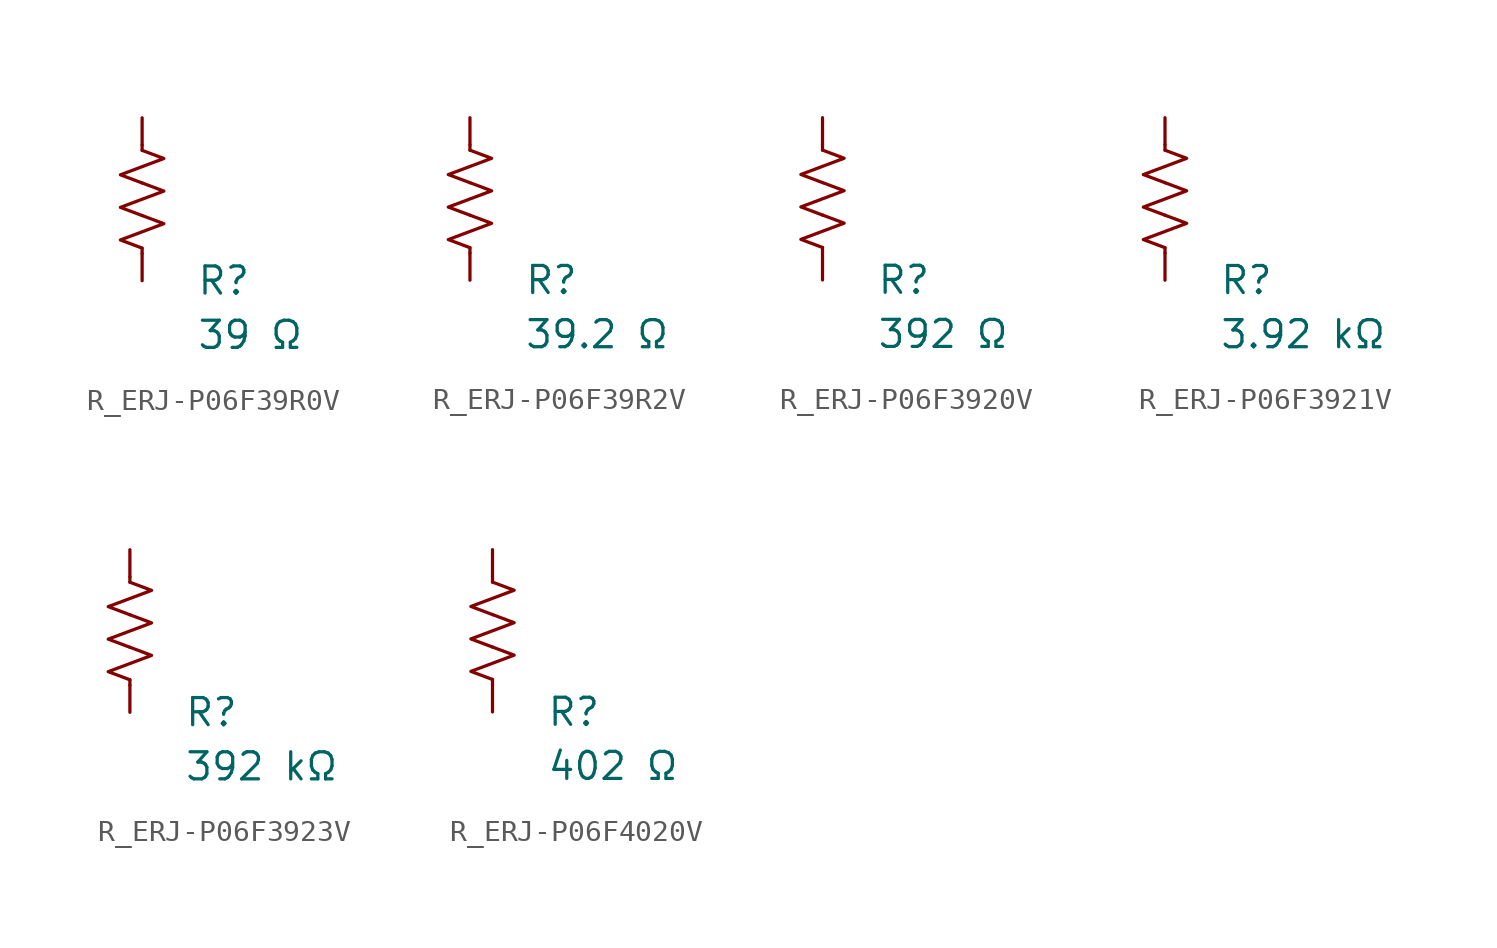
<source format=kicad_sym>
(kicad_symbol_lib
  (version 20231120)
  (generator "kicad_symbol_editor")
  (generator_version "8.0")
  (symbol "R_ERJ-P06F39R0V"
    (pin_numbers hide)
    (pin_names
      (offset 0))
    (property "Reference" "R"
      (at 2.54 -3.81 0)
      (effects (font (size 1.27 1.27)) (justify left))
      (show_name no))
    (property "Value" "39 Ω"
      (at 2.54 -6.35 0)
      (effects (font (size 1.27 1.27)) (justify left))
      (show_name no))
    (symbol "R_ERJ-P06F39R0V_0_1"
      (polyline (pts (xy 0 -2.286) (xy 0 -2.54)) (stroke (width 0) (type default)) (fill (type none)))
      (polyline (pts (xy 0 2.286) (xy 0 2.54)) (stroke (width 0) (type default)) (fill (type none)))
      (polyline (pts (xy 0 -0.762) (xy 1.016 -1.143) (xy 0 -1.524) (xy -1.016 -1.905) (xy 0 -2.286)) (stroke (width 0) (type default)) (fill (type none)))
      (polyline (pts (xy 0 0.762) (xy 1.016 0.381) (xy 0 0) (xy -1.016 -0.381) (xy 0 -0.762)) (stroke (width 0) (type default)) (fill (type none)))
      (polyline (pts (xy 0 2.286) (xy 1.016 1.905) (xy 0 1.524) (xy -1.016 1.143) (xy 0 0.762)) (stroke (width 0) (type default)) (fill (type none))))
    (symbol "R_ERJ-P06F39R0V_1_1"
      (pin passive line (at 0 3.81 270) (length 1.27) (name "~" (effects (font (size 1.27 1.27)))) (number "1" (effects (font (size 1.27 1.27)))))
      (pin passive line (at 0 -3.81 90) (length 1.27) (name "~" (effects (font (size 1.27 1.27)))) (number "2" (effects (font (size 1.27 1.27)))))))
  (symbol "R_ERJ-P06F39R2V"
    (pin_numbers hide)
    (pin_names
      (offset 0))
    (property "Reference" "R"
      (at 2.54 -3.81 0)
      (effects (font (size 1.27 1.27)) (justify left))
      (show_name no))
    (property "Value" "39.2 Ω"
      (at 2.54 -6.35 0)
      (effects (font (size 1.27 1.27)) (justify left))
      (show_name no))
    (symbol "R_ERJ-P06F39R2V_0_1"
      (polyline (pts (xy 0 -2.286) (xy 0 -2.54)) (stroke (width 0) (type default)) (fill (type none)))
      (polyline (pts (xy 0 2.286) (xy 0 2.54)) (stroke (width 0) (type default)) (fill (type none)))
      (polyline (pts (xy 0 -0.762) (xy 1.016 -1.143) (xy 0 -1.524) (xy -1.016 -1.905) (xy 0 -2.286)) (stroke (width 0) (type default)) (fill (type none)))
      (polyline (pts (xy 0 0.762) (xy 1.016 0.381) (xy 0 0) (xy -1.016 -0.381) (xy 0 -0.762)) (stroke (width 0) (type default)) (fill (type none)))
      (polyline (pts (xy 0 2.286) (xy 1.016 1.905) (xy 0 1.524) (xy -1.016 1.143) (xy 0 0.762)) (stroke (width 0) (type default)) (fill (type none))))
    (symbol "R_ERJ-P06F39R2V_1_1"
      (pin passive line (at 0 3.81 270) (length 1.27) (name "~" (effects (font (size 1.27 1.27)))) (number "1" (effects (font (size 1.27 1.27)))))
      (pin passive line (at 0 -3.81 90) (length 1.27) (name "~" (effects (font (size 1.27 1.27)))) (number "2" (effects (font (size 1.27 1.27)))))))
  (symbol "R_ERJ-P06F3920V"
    (pin_numbers hide)
    (pin_names
      (offset 0))
    (property "Reference" "R"
      (at 2.54 -3.81 0)
      (effects (font (size 1.27 1.27)) (justify left))
      (show_name no))
    (property "Value" "392 Ω"
      (at 2.54 -6.35 0)
      (effects (font (size 1.27 1.27)) (justify left))
      (show_name no))
    (symbol "R_ERJ-P06F3920V_0_1"
      (polyline (pts (xy 0 -2.286) (xy 0 -2.54)) (stroke (width 0) (type default)) (fill (type none)))
      (polyline (pts (xy 0 2.286) (xy 0 2.54)) (stroke (width 0) (type default)) (fill (type none)))
      (polyline (pts (xy 0 -0.762) (xy 1.016 -1.143) (xy 0 -1.524) (xy -1.016 -1.905) (xy 0 -2.286)) (stroke (width 0) (type default)) (fill (type none)))
      (polyline (pts (xy 0 0.762) (xy 1.016 0.381) (xy 0 0) (xy -1.016 -0.381) (xy 0 -0.762)) (stroke (width 0) (type default)) (fill (type none)))
      (polyline (pts (xy 0 2.286) (xy 1.016 1.905) (xy 0 1.524) (xy -1.016 1.143) (xy 0 0.762)) (stroke (width 0) (type default)) (fill (type none))))
    (symbol "R_ERJ-P06F3920V_1_1"
      (pin passive line (at 0 3.81 270) (length 1.27) (name "~" (effects (font (size 1.27 1.27)))) (number "1" (effects (font (size 1.27 1.27)))))
      (pin passive line (at 0 -3.81 90) (length 1.27) (name "~" (effects (font (size 1.27 1.27)))) (number "2" (effects (font (size 1.27 1.27)))))))
  (symbol "R_ERJ-P06F3921V"
    (pin_numbers hide)
    (pin_names
      (offset 0))
    (property "Reference" "R"
      (at 2.54 -3.81 0)
      (effects (font (size 1.27 1.27)) (justify left))
      (show_name no))
    (property "Value" "3.92 kΩ"
      (at 2.54 -6.35 0)
      (effects (font (size 1.27 1.27)) (justify left))
      (show_name no))
    (symbol "R_ERJ-P06F3921V_0_1"
      (polyline (pts (xy 0 -2.286) (xy 0 -2.54)) (stroke (width 0) (type default)) (fill (type none)))
      (polyline (pts (xy 0 2.286) (xy 0 2.54)) (stroke (width 0) (type default)) (fill (type none)))
      (polyline (pts (xy 0 -0.762) (xy 1.016 -1.143) (xy 0 -1.524) (xy -1.016 -1.905) (xy 0 -2.286)) (stroke (width 0) (type default)) (fill (type none)))
      (polyline (pts (xy 0 0.762) (xy 1.016 0.381) (xy 0 0) (xy -1.016 -0.381) (xy 0 -0.762)) (stroke (width 0) (type default)) (fill (type none)))
      (polyline (pts (xy 0 2.286) (xy 1.016 1.905) (xy 0 1.524) (xy -1.016 1.143) (xy 0 0.762)) (stroke (width 0) (type default)) (fill (type none))))
    (symbol "R_ERJ-P06F3921V_1_1"
      (pin passive line (at 0 3.81 270) (length 1.27) (name "~" (effects (font (size 1.27 1.27)))) (number "1" (effects (font (size 1.27 1.27)))))
      (pin passive line (at 0 -3.81 90) (length 1.27) (name "~" (effects (font (size 1.27 1.27)))) (number "2" (effects (font (size 1.27 1.27)))))))
  (symbol "R_ERJ-P06F3923V"
    (pin_numbers hide)
    (pin_names
      (offset 0))
    (property "Reference" "R"
      (at 2.54 -3.81 0)
      (effects (font (size 1.27 1.27)) (justify left))
      (show_name no))
    (property "Value" "392 kΩ"
      (at 2.54 -6.35 0)
      (effects (font (size 1.27 1.27)) (justify left))
      (show_name no))
    (symbol "R_ERJ-P06F3923V_0_1"
      (polyline (pts (xy 0 -2.286) (xy 0 -2.54)) (stroke (width 0) (type default)) (fill (type none)))
      (polyline (pts (xy 0 2.286) (xy 0 2.54)) (stroke (width 0) (type default)) (fill (type none)))
      (polyline (pts (xy 0 -0.762) (xy 1.016 -1.143) (xy 0 -1.524) (xy -1.016 -1.905) (xy 0 -2.286)) (stroke (width 0) (type default)) (fill (type none)))
      (polyline (pts (xy 0 0.762) (xy 1.016 0.381) (xy 0 0) (xy -1.016 -0.381) (xy 0 -0.762)) (stroke (width 0) (type default)) (fill (type none)))
      (polyline (pts (xy 0 2.286) (xy 1.016 1.905) (xy 0 1.524) (xy -1.016 1.143) (xy 0 0.762)) (stroke (width 0) (type default)) (fill (type none))))
    (symbol "R_ERJ-P06F3923V_1_1"
      (pin passive line (at 0 3.81 270) (length 1.27) (name "~" (effects (font (size 1.27 1.27)))) (number "1" (effects (font (size 1.27 1.27)))))
      (pin passive line (at 0 -3.81 90) (length 1.27) (name "~" (effects (font (size 1.27 1.27)))) (number "2" (effects (font (size 1.27 1.27)))))))
  (symbol "R_ERJ-P06F4020V"
    (pin_numbers hide)
    (pin_names
      (offset 0))
    (property "Reference" "R"
      (at 2.54 -3.81 0)
      (effects (font (size 1.27 1.27)) (justify left))
      (show_name no))
    (property "Value" "402 Ω"
      (at 2.54 -6.35 0)
      (effects (font (size 1.27 1.27)) (justify left))
      (show_name no))
    (symbol "R_ERJ-P06F4020V_0_1"
      (polyline (pts (xy 0 -2.286) (xy 0 -2.54)) (stroke (width 0) (type default)) (fill (type none)))
      (polyline (pts (xy 0 2.286) (xy 0 2.54)) (stroke (width 0) (type default)) (fill (type none)))
      (polyline (pts (xy 0 -0.762) (xy 1.016 -1.143) (xy 0 -1.524) (xy -1.016 -1.905) (xy 0 -2.286)) (stroke (width 0) (type default)) (fill (type none)))
      (polyline (pts (xy 0 0.762) (xy 1.016 0.381) (xy 0 0) (xy -1.016 -0.381) (xy 0 -0.762)) (stroke (width 0) (type default)) (fill (type none)))
      (polyline (pts (xy 0 2.286) (xy 1.016 1.905) (xy 0 1.524) (xy -1.016 1.143) (xy 0 0.762)) (stroke (width 0) (type default)) (fill (type none))))
    (symbol "R_ERJ-P06F4020V_1_1"
      (pin passive line (at 0 3.81 270) (length 1.27) (name "~" (effects (font (size 1.27 1.27)))) (number "1" (effects (font (size 1.27 1.27)))))
      (pin passive line (at 0 -3.81 90) (length 1.27) (name "~" (effects (font (size 1.27 1.27)))) (number "2" (effects (font (size 1.27 1.27))))))))
</source>
